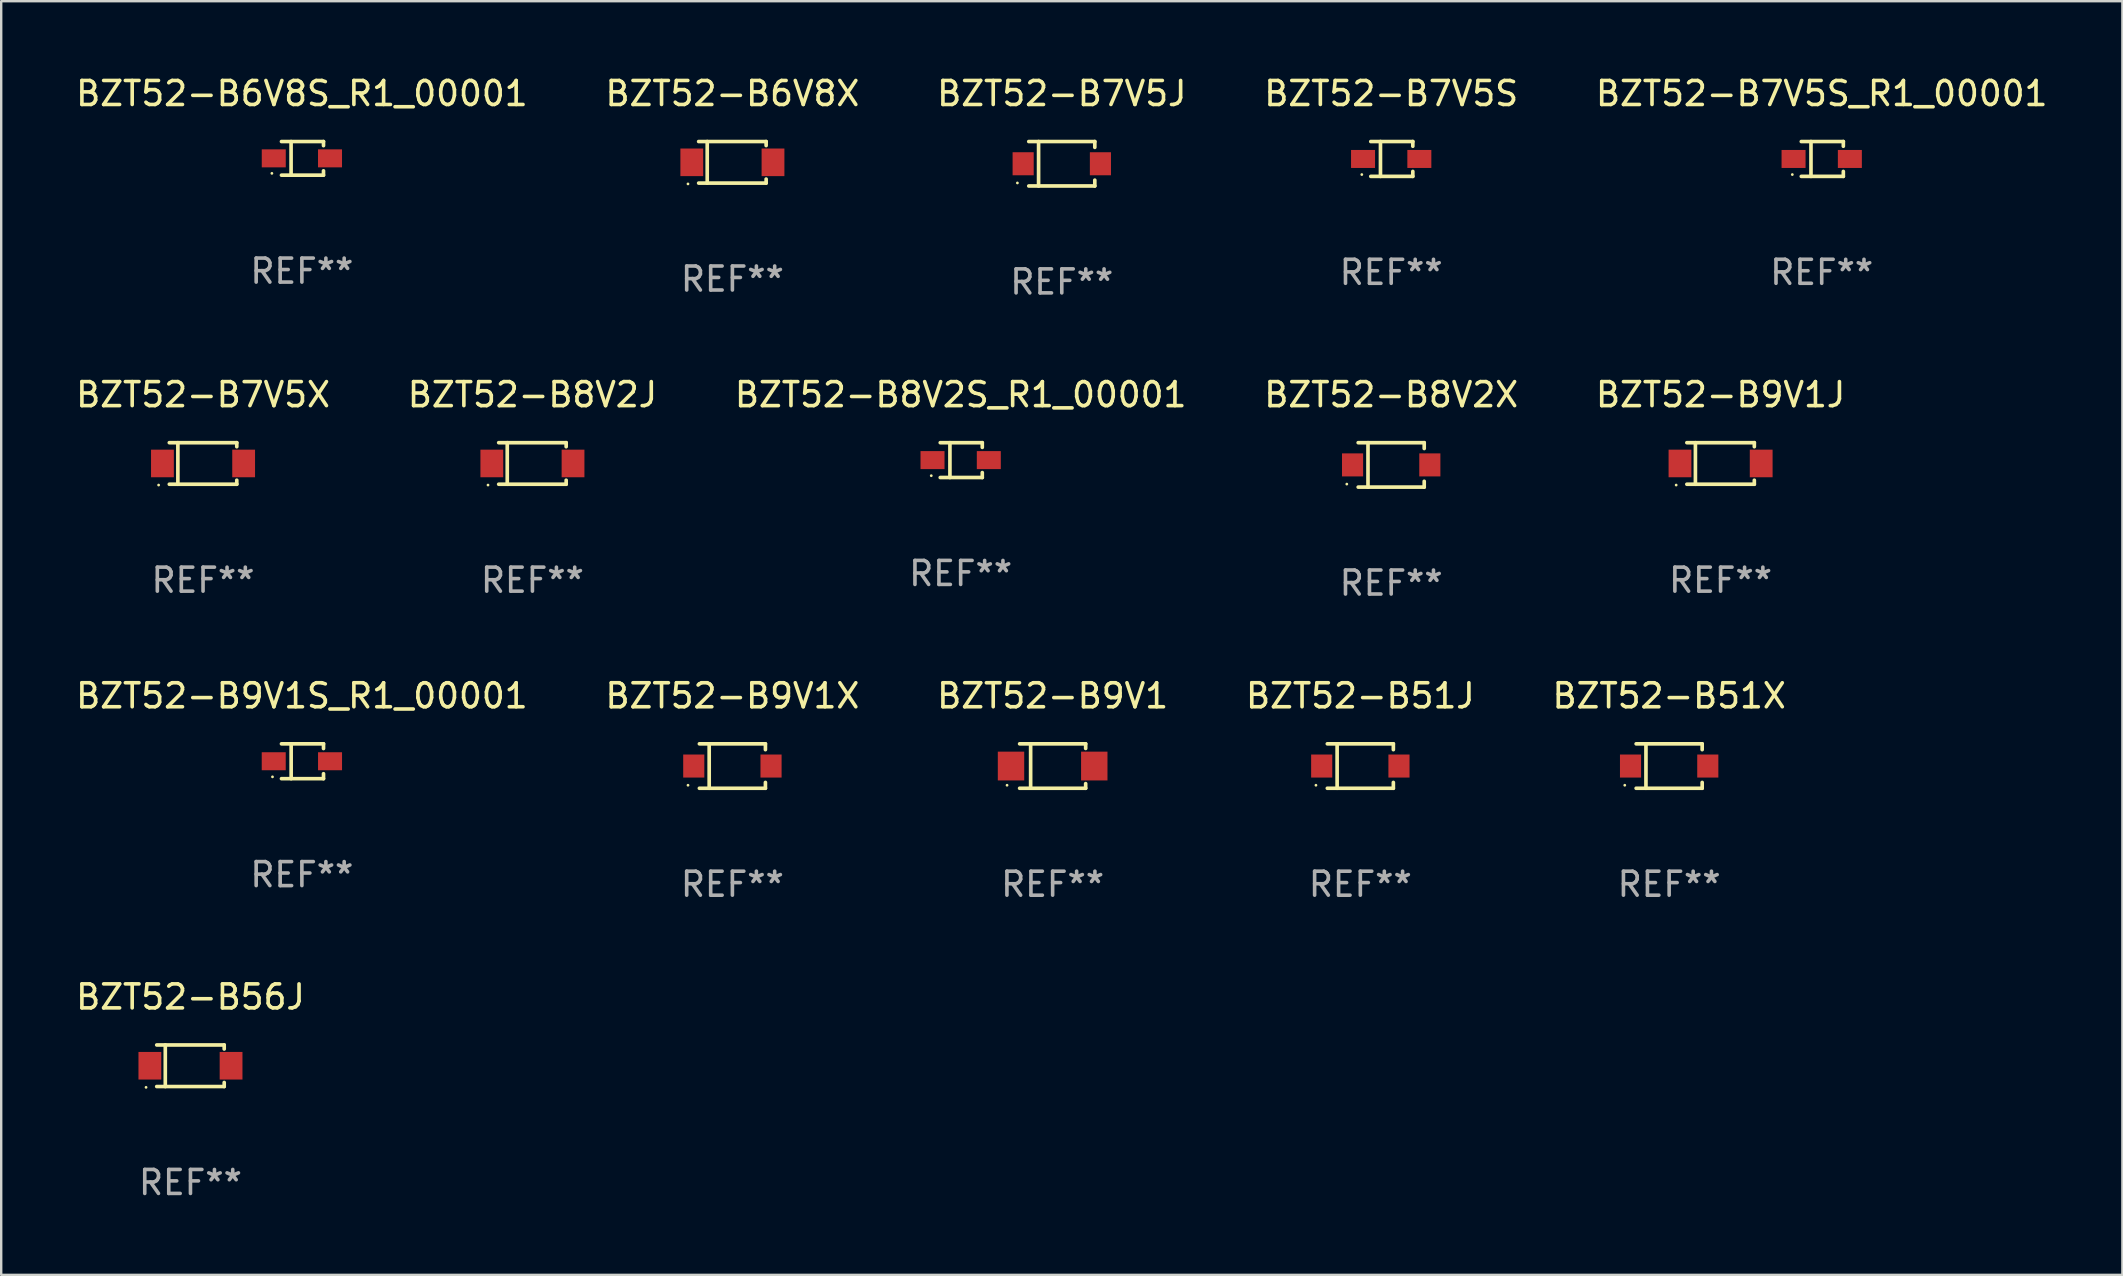
<source format=kicad_pcb>
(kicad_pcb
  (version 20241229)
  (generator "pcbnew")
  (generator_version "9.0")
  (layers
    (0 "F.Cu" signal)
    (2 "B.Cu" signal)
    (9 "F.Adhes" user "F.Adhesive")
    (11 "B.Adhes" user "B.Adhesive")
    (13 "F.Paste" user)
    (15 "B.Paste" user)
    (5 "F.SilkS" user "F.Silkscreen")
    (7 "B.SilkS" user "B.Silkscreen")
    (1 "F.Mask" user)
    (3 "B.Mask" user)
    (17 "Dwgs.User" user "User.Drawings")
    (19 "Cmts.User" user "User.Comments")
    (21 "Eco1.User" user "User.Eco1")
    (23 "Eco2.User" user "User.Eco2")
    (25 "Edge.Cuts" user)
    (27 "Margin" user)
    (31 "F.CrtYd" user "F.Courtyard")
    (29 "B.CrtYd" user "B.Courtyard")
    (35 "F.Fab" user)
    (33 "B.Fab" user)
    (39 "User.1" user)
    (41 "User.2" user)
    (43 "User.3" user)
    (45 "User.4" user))
  (footprint "BZT52-B7V5J"
    (layer "F.Cu")
    (at 41.196 3.774)
    (property "Reference" "BZT52-B7V5J" (at 0 -2.926 0) (layer "F.SilkS") (effects (font (size 1 1) (thickness 0.15))))
    (attr through_hole)
    (fp_line (start -1.376 -0.926) (end 1.376 -0.926) (stroke (width 0.152) (type solid)) (layer "F.SilkS"))
    (fp_line (start -1.376 0.926) (end 1.376 0.926) (stroke (width 0.152) (type solid)) (layer "F.SilkS"))
    (fp_line (start -0.967 -0.926) (end -0.967 0.926) (stroke (width 0.152) (type solid)) (layer "F.SilkS"))
    (fp_line (start 1.376 -0.926) (end 1.376 -0.683) (stroke (width 0.152) (type solid)) (layer "F.SilkS"))
    (fp_line (start 1.376 0.926) (end 1.376 0.683) (stroke (width 0.152) (type solid)) (layer "F.SilkS"))
    (fp_circle (center -1.85 0.8) (end -1.82 0.8) (stroke (width 0.06) (type solid)) (fill no) (layer "F.SilkS"))
    (fp_text user "REF**" (at 0 4.926 0) (layer "F.Fab") (effects (font (size 1 1) (thickness 0.15))))
    (pad "1" smd rect (at -1.61 0) (size 0.88 0.96) (layers "F.Cu" "F.Mask" "F.Paste"))
    (pad "2" smd rect (at 1.61 0) (size 0.88 0.96) (layers "F.Cu" "F.Mask" "F.Paste")))
  (footprint "BZT52-B6V8S_R1_00001"
    (layer "F.Cu")
    (at 9.53 3.549)
    (property "Reference" "BZT52-B6V8S_R1_00001" (at 0 -2.701 0) (layer "F.SilkS") (effects (font (size 1 1) (thickness 0.15))))
    (attr through_hole)
    (fp_line (start -0.851 -0.701) (end 0.901 -0.701) (stroke (width 0.152) (type solid)) (layer "F.SilkS"))
    (fp_line (start -0.851 0.701) (end 0.901 0.701) (stroke (width 0.152) (type solid)) (layer "F.SilkS"))
    (fp_line (start -0.45 -0.7) (end -0.45 0.69) (stroke (width 0.152) (type solid)) (layer "F.SilkS"))
    (fp_line (start 0.9 -0.7) (end 0.901 -0.53) (stroke (width 0.152) (type solid)) (layer "F.SilkS"))
    (fp_line (start 0.9 0.7) (end 0.901 0.52) (stroke (width 0.152) (type solid)) (layer "F.SilkS"))
    (fp_circle (center -1.25 0.625) (end -1.22 0.625) (stroke (width 0.06) (type solid)) (fill no) (layer "F.SilkS"))
    (fp_text user "REF**" (at 0 4.701 0) (layer "F.Fab") (effects (font (size 1 1) (thickness 0.15))))
    (pad "1" smd rect (at -1.172 -0.000102) (size 1 0.75) (layers "F.Cu" "F.Mask" "F.Paste"))
    (pad "2" smd rect (at 1.172 -0.000102) (size 1 0.75) (layers "F.Cu" "F.Mask" "F.Paste")))
  (footprint "BZT52-B9V1S_R1_00001"
    (layer "F.Cu")
    (at 9.53 28.672)
    (property "Reference" "BZT52-B9V1S_R1_00001" (at 0 -2.726 0) (layer "F.SilkS") (effects (font (size 1 1) (thickness 0.15))))
    (attr through_hole)
    (fp_line (start -0.851 -0.726) (end 0.901 -0.726) (stroke (width 0.152) (type solid)) (layer "F.SilkS"))
    (fp_line (start -0.851 0.726) (end 0.901 0.726) (stroke (width 0.152) (type solid)) (layer "F.SilkS"))
    (fp_line (start -0.447 -0.726) (end -0.447 0.726) (stroke (width 0.152) (type solid)) (layer "F.SilkS"))
    (fp_line (start 0.901 -0.726) (end 0.901 -0.53) (stroke (width 0.152) (type solid)) (layer "F.SilkS"))
    (fp_line (start 0.901 0.726) (end 0.901 0.52) (stroke (width 0.152) (type solid)) (layer "F.SilkS"))
    (fp_circle (center -1.225 0.65) (end -1.195 0.65) (stroke (width 0.06) (type solid)) (fill no) (layer "F.SilkS"))
    (fp_text user "REF**" (at 0 4.726 0) (layer "F.Fab") (effects (font (size 1 1) (thickness 0.15))))
    (pad "1" smd rect (at -1.173 0) (size 1 0.75) (layers "F.Cu" "F.Mask" "F.Paste"))
    (pad "2" smd rect (at 1.173 0) (size 1 0.75) (layers "F.Cu" "F.Mask" "F.Paste")))
  (footprint "BZT52-B8V2S_R1_00001"
    (layer "F.Cu")
    (at 36.982 16.123)
    (property "Reference" "BZT52-B8V2S_R1_00001" (at 0 -2.726 0) (layer "F.SilkS") (effects (font (size 1 1) (thickness 0.15))))
    (attr through_hole)
    (fp_line (start -0.851 -0.726) (end 0.901 -0.726) (stroke (width 0.152) (type solid)) (layer "F.SilkS"))
    (fp_line (start -0.851 0.726) (end 0.901 0.726) (stroke (width 0.152) (type solid)) (layer "F.SilkS"))
    (fp_line (start -0.447 -0.726) (end -0.447 0.726) (stroke (width 0.152) (type solid)) (layer "F.SilkS"))
    (fp_line (start 0.901 -0.726) (end 0.901 -0.53) (stroke (width 0.152) (type solid)) (layer "F.SilkS"))
    (fp_line (start 0.901 0.726) (end 0.901 0.52) (stroke (width 0.152) (type solid)) (layer "F.SilkS"))
    (fp_circle (center -1.225 0.65) (end -1.195 0.65) (stroke (width 0.06) (type solid)) (fill no) (layer "F.SilkS"))
    (fp_text user "REF**" (at 0 4.726 0) (layer "F.Fab") (effects (font (size 1 1) (thickness 0.15))))
    (pad "1" smd rect (at -1.173 0) (size 1 0.75) (layers "F.Cu" "F.Mask" "F.Paste"))
    (pad "2" smd rect (at 1.173 0) (size 1 0.75) (layers "F.Cu" "F.Mask" "F.Paste")))
  (footprint "BZT52-B51J"
    (layer "F.Cu")
    (at 53.637 28.872)
    (property "Reference" "BZT52-B51J" (at 0 -2.926 0) (layer "F.SilkS") (effects (font (size 1 1) (thickness 0.15))))
    (attr through_hole)
    (fp_line (start -1.376 -0.926) (end 1.376 -0.926) (stroke (width 0.152) (type solid)) (layer "F.SilkS"))
    (fp_line (start -1.376 0.926) (end 1.376 0.926) (stroke (width 0.152) (type solid)) (layer "F.SilkS"))
    (fp_line (start -0.967 -0.926) (end -0.967 0.926) (stroke (width 0.152) (type solid)) (layer "F.SilkS"))
    (fp_line (start 1.376 -0.926) (end 1.376 -0.683) (stroke (width 0.152) (type solid)) (layer "F.SilkS"))
    (fp_line (start 1.376 0.926) (end 1.376 0.683) (stroke (width 0.152) (type solid)) (layer "F.SilkS"))
    (fp_circle (center -1.85 0.8) (end -1.82 0.8) (stroke (width 0.06) (type solid)) (fill no) (layer "F.SilkS"))
    (fp_text user "REF**" (at 0 4.926 0) (layer "F.Fab") (effects (font (size 1 1) (thickness 0.15))))
    (pad "1" smd rect (at -1.61 0) (size 0.88 0.96) (layers "F.Cu" "F.Mask" "F.Paste"))
    (pad "2" smd rect (at 1.61 0) (size 0.88 0.96) (layers "F.Cu" "F.Mask" "F.Paste")))
  (footprint "BZT52-B7V5S"
    (layer "F.Cu")
    (at 54.923 3.574)
    (property "Reference" "BZT52-B7V5S" (at 0 -2.726 0) (layer "F.SilkS") (effects (font (size 1 1) (thickness 0.15))))
    (attr through_hole)
    (fp_line (start -0.851 -0.726) (end 0.901 -0.726) (stroke (width 0.152) (type solid)) (layer "F.SilkS"))
    (fp_line (start -0.851 0.726) (end 0.901 0.726) (stroke (width 0.152) (type solid)) (layer "F.SilkS"))
    (fp_line (start -0.447 -0.726) (end -0.447 0.726) (stroke (width 0.152) (type solid)) (layer "F.SilkS"))
    (fp_line (start 0.901 -0.726) (end 0.901 -0.53) (stroke (width 0.152) (type solid)) (layer "F.SilkS"))
    (fp_line (start 0.901 0.726) (end 0.901 0.52) (stroke (width 0.152) (type solid)) (layer "F.SilkS"))
    (fp_circle (center -1.225 0.65) (end -1.195 0.65) (stroke (width 0.06) (type solid)) (fill no) (layer "F.SilkS"))
    (fp_text user "REF**" (at 0 4.726 0) (layer "F.Fab") (effects (font (size 1 1) (thickness 0.15))))
    (pad "1" smd rect (at -1.173 0) (size 1 0.75) (layers "F.Cu" "F.Mask" "F.Paste"))
    (pad "2" smd rect (at 1.173 0) (size 1 0.75) (layers "F.Cu" "F.Mask" "F.Paste")))
  (footprint "BZT52-B7V5X"
    (layer "F.Cu")
    (at 5.411 16.263)
    (property "Reference" "BZT52-B7V5X" (at 0 -2.866 0) (layer "F.SilkS") (effects (font (size 1 1) (thickness 0.15))))
    (attr through_hole)
    (fp_line (start -1.406 -0.866) (end 1.406 -0.866) (stroke (width 0.152) (type solid)) (layer "F.SilkS"))
    (fp_line (start -1.406 0.866) (end 1.406 0.866) (stroke (width 0.152) (type solid)) (layer "F.SilkS"))
    (fp_line (start -1.049 -0.866) (end -1.049 0.866) (stroke (width 0.152) (type solid)) (layer "F.SilkS"))
    (fp_line (start 1.406 -0.866) (end 1.406 -0.698) (stroke (width 0.152) (type solid)) (layer "F.SilkS"))
    (fp_line (start 1.406 0.866) (end 1.406 0.698) (stroke (width 0.152) (type solid)) (layer "F.SilkS"))
    (fp_circle (center -1.851 0.9) (end -1.821 0.9) (stroke (width 0.06) (type solid)) (fill no) (layer "F.SilkS"))
    (fp_text user "REF**" (at 0 4.866 0) (layer "F.Fab") (effects (font (size 1 1) (thickness 0.15))))
    (pad "1" smd rect (at -1.692 0) (size 0.95 1.15) (layers "F.Cu" "F.Mask" "F.Paste"))
    (pad "2" smd rect (at 1.692 0) (size 0.95 1.15) (layers "F.Cu" "F.Mask" "F.Paste")))
  (footprint "BZT52-B56J"
    (layer "F.Cu")
    (at 4.887 41.361)
    (property "Reference" "BZT52-B56J" (at 0 -2.866 0) (layer "F.SilkS") (effects (font (size 1 1) (thickness 0.15))))
    (attr through_hole)
    (fp_line (start -1.406 -0.866) (end 1.406 -0.866) (stroke (width 0.152) (type solid)) (layer "F.SilkS"))
    (fp_line (start -1.406 0.866) (end 1.406 0.866) (stroke (width 0.152) (type solid)) (layer "F.SilkS"))
    (fp_line (start -1.049 -0.866) (end -1.049 0.866) (stroke (width 0.152) (type solid)) (layer "F.SilkS"))
    (fp_line (start 1.406 -0.866) (end 1.406 -0.698) (stroke (width 0.152) (type solid)) (layer "F.SilkS"))
    (fp_line (start 1.406 0.866) (end 1.406 0.698) (stroke (width 0.152) (type solid)) (layer "F.SilkS"))
    (fp_circle (center -1.851 0.9) (end -1.821 0.9) (stroke (width 0.06) (type solid)) (fill no) (layer "F.SilkS"))
    (fp_text user "REF**" (at 0 4.866 0) (layer "F.Fab") (effects (font (size 1 1) (thickness 0.15))))
    (pad "1" smd rect (at -1.692 0) (size 0.95 1.15) (layers "F.Cu" "F.Mask" "F.Paste"))
    (pad "2" smd rect (at 1.692 0) (size 0.95 1.15) (layers "F.Cu" "F.Mask" "F.Paste")))
  (footprint "BZT52-B7V5S_R1_00001"
    (layer "F.Cu")
    (at 72.863 3.574)
    (property "Reference" "BZT52-B7V5S_R1_00001" (at 0 -2.726 0) (layer "F.SilkS") (effects (font (size 1 1) (thickness 0.15))))
    (attr through_hole)
    (fp_line (start -0.851 -0.726) (end 0.901 -0.726) (stroke (width 0.152) (type solid)) (layer "F.SilkS"))
    (fp_line (start -0.851 0.726) (end 0.901 0.726) (stroke (width 0.152) (type solid)) (layer "F.SilkS"))
    (fp_line (start -0.447 -0.726) (end -0.447 0.726) (stroke (width 0.152) (type solid)) (layer "F.SilkS"))
    (fp_line (start 0.901 -0.726) (end 0.901 -0.53) (stroke (width 0.152) (type solid)) (layer "F.SilkS"))
    (fp_line (start 0.901 0.726) (end 0.901 0.52) (stroke (width 0.152) (type solid)) (layer "F.SilkS"))
    (fp_circle (center -1.225 0.65) (end -1.195 0.65) (stroke (width 0.06) (type solid)) (fill no) (layer "F.SilkS"))
    (fp_text user "REF**" (at 0 4.726 0) (layer "F.Fab") (effects (font (size 1 1) (thickness 0.15))))
    (pad "1" smd rect (at -1.173 0) (size 1 0.75) (layers "F.Cu" "F.Mask" "F.Paste"))
    (pad "2" smd rect (at 1.173 0) (size 1 0.75) (layers "F.Cu" "F.Mask" "F.Paste")))
  (footprint "BZT52-B9V1J"
    (layer "F.Cu")
    (at 68.649 16.263)
    (property "Reference" "BZT52-B9V1J" (at 0 -2.866 0) (layer "F.SilkS") (effects (font (size 1 1) (thickness 0.15))))
    (attr through_hole)
    (fp_line (start -1.406 -0.866) (end 1.406 -0.866) (stroke (width 0.152) (type solid)) (layer "F.SilkS"))
    (fp_line (start -1.406 0.866) (end 1.406 0.866) (stroke (width 0.152) (type solid)) (layer "F.SilkS"))
    (fp_line (start -1.049 -0.866) (end -1.049 0.866) (stroke (width 0.152) (type solid)) (layer "F.SilkS"))
    (fp_line (start 1.406 -0.866) (end 1.406 -0.698) (stroke (width 0.152) (type solid)) (layer "F.SilkS"))
    (fp_line (start 1.406 0.866) (end 1.406 0.698) (stroke (width 0.152) (type solid)) (layer "F.SilkS"))
    (fp_circle (center -1.851 0.9) (end -1.821 0.9) (stroke (width 0.06) (type solid)) (fill no) (layer "F.SilkS"))
    (fp_text user "REF**" (at 0 4.866 0) (layer "F.Fab") (effects (font (size 1 1) (thickness 0.15))))
    (pad "1" smd rect (at -1.692 0) (size 0.95 1.15) (layers "F.Cu" "F.Mask" "F.Paste"))
    (pad "2" smd rect (at 1.692 0) (size 0.95 1.15) (layers "F.Cu" "F.Mask" "F.Paste")))
  (footprint "BZT52-B8V2J"
    (layer "F.Cu")
    (at 19.137 16.263)
    (property "Reference" "BZT52-B8V2J" (at 0 -2.866 0) (layer "F.SilkS") (effects (font (size 1 1) (thickness 0.15))))
    (attr through_hole)
    (fp_line (start -1.406 -0.866) (end 1.406 -0.866) (stroke (width 0.152) (type solid)) (layer "F.SilkS"))
    (fp_line (start -1.406 0.866) (end 1.406 0.866) (stroke (width 0.152) (type solid)) (layer "F.SilkS"))
    (fp_line (start -1.049 -0.866) (end -1.049 0.866) (stroke (width 0.152) (type solid)) (layer "F.SilkS"))
    (fp_line (start 1.406 -0.866) (end 1.406 -0.698) (stroke (width 0.152) (type solid)) (layer "F.SilkS"))
    (fp_line (start 1.406 0.866) (end 1.406 0.698) (stroke (width 0.152) (type solid)) (layer "F.SilkS"))
    (fp_circle (center -1.851 0.9) (end -1.821 0.9) (stroke (width 0.06) (type solid)) (fill no) (layer "F.SilkS"))
    (fp_text user "REF**" (at 0 4.866 0) (layer "F.Fab") (effects (font (size 1 1) (thickness 0.15))))
    (pad "1" smd rect (at -1.692 0) (size 0.95 1.15) (layers "F.Cu" "F.Mask" "F.Paste"))
    (pad "2" smd rect (at 1.692 0) (size 0.95 1.15) (layers "F.Cu" "F.Mask" "F.Paste")))
  (footprint "BZT52-B6V8X"
    (layer "F.Cu")
    (at 27.47 3.714)
    (property "Reference" "BZT52-B6V8X" (at 0 -2.866 0) (layer "F.SilkS") (effects (font (size 1 1) (thickness 0.15))))
    (attr through_hole)
    (fp_line (start -1.406 -0.866) (end 1.406 -0.866) (stroke (width 0.152) (type solid)) (layer "F.SilkS"))
    (fp_line (start -1.406 0.866) (end 1.406 0.866) (stroke (width 0.152) (type solid)) (layer "F.SilkS"))
    (fp_line (start -1.049 -0.866) (end -1.049 0.866) (stroke (width 0.152) (type solid)) (layer "F.SilkS"))
    (fp_line (start 1.406 -0.866) (end 1.406 -0.698) (stroke (width 0.152) (type solid)) (layer "F.SilkS"))
    (fp_line (start 1.406 0.866) (end 1.406 0.698) (stroke (width 0.152) (type solid)) (layer "F.SilkS"))
    (fp_circle (center -1.851 0.9) (end -1.821 0.9) (stroke (width 0.06) (type solid)) (fill no) (layer "F.SilkS"))
    (fp_text user "REF**" (at 0 4.866 0) (layer "F.Fab") (effects (font (size 1 1) (thickness 0.15))))
    (pad "1" smd rect (at -1.692 0) (size 0.95 1.15) (layers "F.Cu" "F.Mask" "F.Paste"))
    (pad "2" smd rect (at 1.692 0) (size 0.95 1.15) (layers "F.Cu" "F.Mask" "F.Paste")))
  (footprint "BZT52-B9V1"
    (layer "F.Cu")
    (at 40.815 28.872)
    (property "Reference" "BZT52-B9V1" (at 0 -2.926 0) (layer "F.SilkS") (effects (font (size 1 1) (thickness 0.15))))
    (attr through_hole)
    (fp_line (start -1.376 -0.926) (end 1.376 -0.926) (stroke (width 0.152) (type solid)) (layer "F.SilkS"))
    (fp_line (start -1.376 0.926) (end 1.376 0.926) (stroke (width 0.152) (type solid)) (layer "F.SilkS"))
    (fp_line (start -0.917 -0.876) (end -0.917 0.876) (stroke (width 0.152) (type solid)) (layer "F.SilkS"))
    (fp_line (start 1.376 -0.926) (end 1.376 -0.733) (stroke (width 0.152) (type solid)) (layer "F.SilkS"))
    (fp_line (start 1.376 0.926) (end 1.376 0.733) (stroke (width 0.152) (type solid)) (layer "F.SilkS"))
    (fp_circle (center -1.9 0.8) (end -1.87 0.8) (stroke (width 0.06) (type solid)) (fill no) (layer "F.SilkS"))
    (fp_text user "REF**" (at 0 4.926 0) (layer "F.Fab") (effects (font (size 1 1) (thickness 0.15))))
    (pad "1" smd rect (at -1.735 -0.000025) (size 1.1 1.2) (layers "F.Cu" "F.Mask" "F.Paste"))
    (pad "2" smd rect (at 1.735 -0.000025) (size 1.1 1.2) (layers "F.Cu" "F.Mask" "F.Paste")))
  (footprint "BZT52-B51X"
    (layer "F.Cu")
    (at 66.506 28.872)
    (property "Reference" "BZT52-B51X" (at 0 -2.926 0) (layer "F.SilkS") (effects (font (size 1 1) (thickness 0.15))))
    (attr through_hole)
    (fp_line (start -1.376 -0.926) (end 1.376 -0.926) (stroke (width 0.152) (type solid)) (layer "F.SilkS"))
    (fp_line (start -1.376 0.926) (end 1.376 0.926) (stroke (width 0.152) (type solid)) (layer "F.SilkS"))
    (fp_line (start -0.967 -0.926) (end -0.967 0.926) (stroke (width 0.152) (type solid)) (layer "F.SilkS"))
    (fp_line (start 1.376 -0.926) (end 1.376 -0.683) (stroke (width 0.152) (type solid)) (layer "F.SilkS"))
    (fp_line (start 1.376 0.926) (end 1.376 0.683) (stroke (width 0.152) (type solid)) (layer "F.SilkS"))
    (fp_circle (center -1.85 0.8) (end -1.82 0.8) (stroke (width 0.06) (type solid)) (fill no) (layer "F.SilkS"))
    (fp_text user "REF**" (at 0 4.926 0) (layer "F.Fab") (effects (font (size 1 1) (thickness 0.15))))
    (pad "1" smd rect (at -1.61 0) (size 0.88 0.96) (layers "F.Cu" "F.Mask" "F.Paste"))
    (pad "2" smd rect (at 1.61 0) (size 0.88 0.96) (layers "F.Cu" "F.Mask" "F.Paste")))
  (footprint "BZT52-B8V2X"
    (layer "F.Cu")
    (at 54.923 16.323)
    (property "Reference" "BZT52-B8V2X" (at 0 -2.926 0) (layer "F.SilkS") (effects (font (size 1 1) (thickness 0.15))))
    (attr through_hole)
    (fp_line (start -1.376 -0.926) (end 1.376 -0.926) (stroke (width 0.152) (type solid)) (layer "F.SilkS"))
    (fp_line (start -1.376 0.926) (end 1.376 0.926) (stroke (width 0.152) (type solid)) (layer "F.SilkS"))
    (fp_line (start -0.967 -0.926) (end -0.967 0.926) (stroke (width 0.152) (type solid)) (layer "F.SilkS"))
    (fp_line (start 1.376 -0.926) (end 1.376 -0.683) (stroke (width 0.152) (type solid)) (layer "F.SilkS"))
    (fp_line (start 1.376 0.926) (end 1.376 0.683) (stroke (width 0.152) (type solid)) (layer "F.SilkS"))
    (fp_circle (center -1.85 0.8) (end -1.82 0.8) (stroke (width 0.06) (type solid)) (fill no) (layer "F.SilkS"))
    (fp_text user "REF**" (at 0 4.926 0) (layer "F.Fab") (effects (font (size 1 1) (thickness 0.15))))
    (pad "1" smd rect (at -1.61 0) (size 0.88 0.96) (layers "F.Cu" "F.Mask" "F.Paste"))
    (pad "2" smd rect (at 1.61 0) (size 0.88 0.96) (layers "F.Cu" "F.Mask" "F.Paste")))
  (footprint "BZT52-B9V1X"
    (layer "F.Cu")
    (at 27.47 28.872)
    (property "Reference" "BZT52-B9V1X" (at 0 -2.926 0) (layer "F.SilkS") (effects (font (size 1 1) (thickness 0.15))))
    (attr through_hole)
    (fp_line (start -1.376 -0.926) (end 1.376 -0.926) (stroke (width 0.152) (type solid)) (layer "F.SilkS"))
    (fp_line (start -1.376 0.926) (end 1.376 0.926) (stroke (width 0.152) (type solid)) (layer "F.SilkS"))
    (fp_line (start -0.967 -0.926) (end -0.967 0.926) (stroke (width 0.152) (type solid)) (layer "F.SilkS"))
    (fp_line (start 1.376 -0.926) (end 1.376 -0.683) (stroke (width 0.152) (type solid)) (layer "F.SilkS"))
    (fp_line (start 1.376 0.926) (end 1.376 0.683) (stroke (width 0.152) (type solid)) (layer "F.SilkS"))
    (fp_circle (center -1.85 0.8) (end -1.82 0.8) (stroke (width 0.06) (type solid)) (fill no) (layer "F.SilkS"))
    (fp_text user "REF**" (at 0 4.926 0) (layer "F.Fab") (effects (font (size 1 1) (thickness 0.15))))
    (pad "1" smd rect (at -1.61 0) (size 0.88 0.96) (layers "F.Cu" "F.Mask" "F.Paste"))
    (pad "2" smd rect (at 1.61 0) (size 0.88 0.96) (layers "F.Cu" "F.Mask" "F.Paste")))
  (gr_rect
    (start -3 -3)
    (end 85.393 50.076)
    (stroke (width 0.1) (type default))
    (fill no)
    (layer "Edge.Cuts")))
</source>
